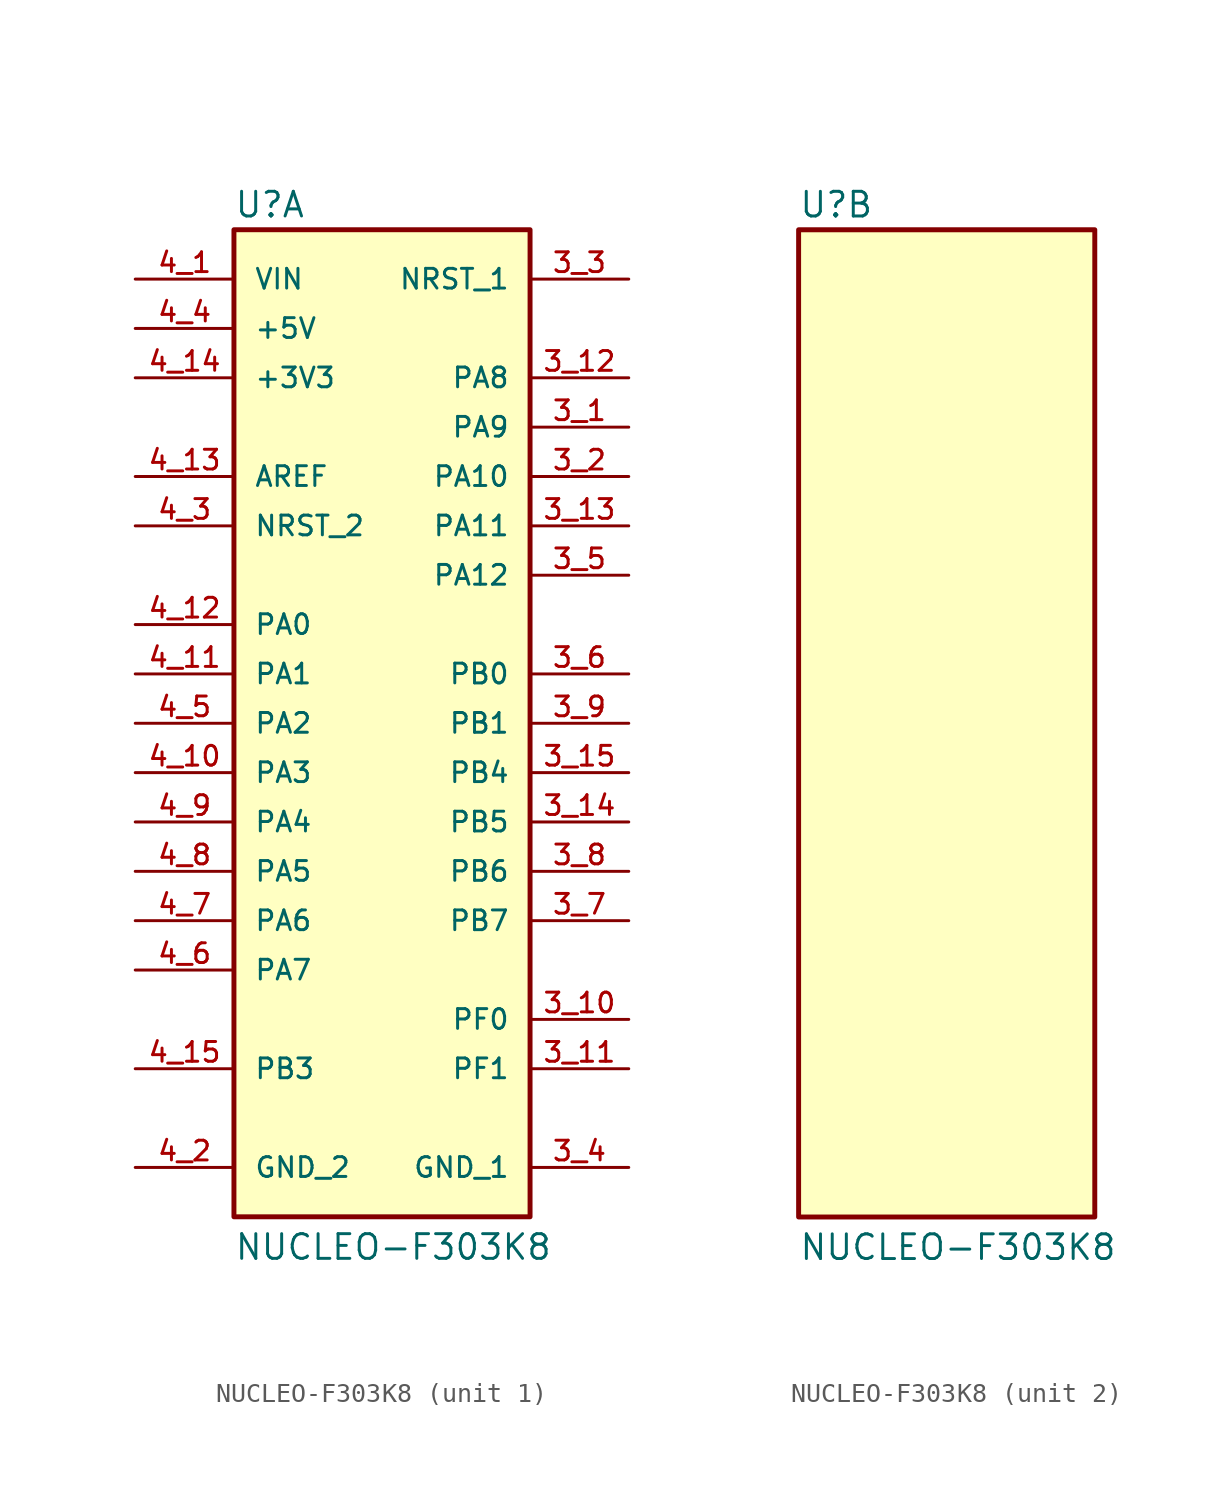
<source format=kicad_sym>
(kicad_symbol_lib
  (version 20231120)
  (generator "kicad_symbol_editor")
  (generator_version "8.0")
  (symbol "NUCLEO-F303K8"
    (pin_names
      (offset 1.016))
    (property "Reference" "U"
      (at -7.629 25.946 0)
      (effects (font (size 1.27 1.27)) (justify left bottom)))
    (property "Value" "NUCLEO-F303K8"
      (at -7.623 -27.701 0)
      (effects (font (size 1.27 1.27)) (justify left bottom)))
    (symbol "NUCLEO-F303K8_1_0"
      (rectangle (start -7.62 25.4) (end 7.62 -25.4) (stroke (width 0.254) (type default)) (fill (type background)))
      (pin bidirectional line (at 12.7 15.24 180) (length 5.08) (name "PA9" (effects (font (size 1.016 1.016)))) (number "3_1" (effects (font (size 1.016 1.016)))))
      (pin bidirectional line (at 12.7 -15.24 180) (length 5.08) (name "PF0" (effects (font (size 1.016 1.016)))) (number "3_10" (effects (font (size 1.016 1.016)))))
      (pin bidirectional line (at 12.7 -17.78 180) (length 5.08) (name "PF1" (effects (font (size 1.016 1.016)))) (number "3_11" (effects (font (size 1.016 1.016)))))
      (pin bidirectional line (at 12.7 17.78 180) (length 5.08) (name "PA8" (effects (font (size 1.016 1.016)))) (number "3_12" (effects (font (size 1.016 1.016)))))
      (pin bidirectional line (at 12.7 10.16 180) (length 5.08) (name "PA11" (effects (font (size 1.016 1.016)))) (number "3_13" (effects (font (size 1.016 1.016)))))
      (pin bidirectional line (at 12.7 -5.08 180) (length 5.08) (name "PB5" (effects (font (size 1.016 1.016)))) (number "3_14" (effects (font (size 1.016 1.016)))))
      (pin bidirectional line (at 12.7 -2.54 180) (length 5.08) (name "PB4" (effects (font (size 1.016 1.016)))) (number "3_15" (effects (font (size 1.016 1.016)))))
      (pin bidirectional line (at 12.7 12.7 180) (length 5.08) (name "PA10" (effects (font (size 1.016 1.016)))) (number "3_2" (effects (font (size 1.016 1.016)))))
      (pin bidirectional line (at 12.7 22.86 180) (length 5.08) (name "NRST_1" (effects (font (size 1.016 1.016)))) (number "3_3" (effects (font (size 1.016 1.016)))))
      (pin power_in line (at 12.7 -22.86 180) (length 5.08) (name "GND_1" (effects (font (size 1.016 1.016)))) (number "3_4" (effects (font (size 1.016 1.016)))))
      (pin bidirectional line (at 12.7 7.62 180) (length 5.08) (name "PA12" (effects (font (size 1.016 1.016)))) (number "3_5" (effects (font (size 1.016 1.016)))))
      (pin bidirectional line (at 12.7 2.54 180) (length 5.08) (name "PB0" (effects (font (size 1.016 1.016)))) (number "3_6" (effects (font (size 1.016 1.016)))))
      (pin bidirectional line (at 12.7 -10.16 180) (length 5.08) (name "PB7" (effects (font (size 1.016 1.016)))) (number "3_7" (effects (font (size 1.016 1.016)))))
      (pin bidirectional line (at 12.7 -7.62 180) (length 5.08) (name "PB6" (effects (font (size 1.016 1.016)))) (number "3_8" (effects (font (size 1.016 1.016)))))
      (pin bidirectional line (at 12.7 0 180) (length 5.08) (name "PB1" (effects (font (size 1.016 1.016)))) (number "3_9" (effects (font (size 1.016 1.016)))))
      (pin power_in line (at -12.7 22.86 0) (length 5.08) (name "VIN" (effects (font (size 1.016 1.016)))) (number "4_1" (effects (font (size 1.016 1.016)))))
      (pin bidirectional line (at -12.7 -2.54 0) (length 5.08) (name "PA3" (effects (font (size 1.016 1.016)))) (number "4_10" (effects (font (size 1.016 1.016)))))
      (pin bidirectional line (at -12.7 2.54 0) (length 5.08) (name "PA1" (effects (font (size 1.016 1.016)))) (number "4_11" (effects (font (size 1.016 1.016)))))
      (pin bidirectional line (at -12.7 5.08 0) (length 5.08) (name "PA0" (effects (font (size 1.016 1.016)))) (number "4_12" (effects (font (size 1.016 1.016)))))
      (pin bidirectional line (at -12.7 12.7 0) (length 5.08) (name "AREF" (effects (font (size 1.016 1.016)))) (number "4_13" (effects (font (size 1.016 1.016)))))
      (pin power_in line (at -12.7 17.78 0) (length 5.08) (name "+3V3" (effects (font (size 1.016 1.016)))) (number "4_14" (effects (font (size 1.016 1.016)))))
      (pin bidirectional line (at -12.7 -17.78 0) (length 5.08) (name "PB3" (effects (font (size 1.016 1.016)))) (number "4_15" (effects (font (size 1.016 1.016)))))
      (pin power_in line (at -12.7 -22.86 0) (length 5.08) (name "GND_2" (effects (font (size 1.016 1.016)))) (number "4_2" (effects (font (size 1.016 1.016)))))
      (pin bidirectional line (at -12.7 10.16 0) (length 5.08) (name "NRST_2" (effects (font (size 1.016 1.016)))) (number "4_3" (effects (font (size 1.016 1.016)))))
      (pin power_in line (at -12.7 20.32 0) (length 5.08) (name "+5V" (effects (font (size 1.016 1.016)))) (number "4_4" (effects (font (size 1.016 1.016)))))
      (pin bidirectional line (at -12.7 0 0) (length 5.08) (name "PA2" (effects (font (size 1.016 1.016)))) (number "4_5" (effects (font (size 1.016 1.016)))))
      (pin bidirectional line (at -12.7 -12.7 0) (length 5.08) (name "PA7" (effects (font (size 1.016 1.016)))) (number "4_6" (effects (font (size 1.016 1.016)))))
      (pin bidirectional line (at -12.7 -10.16 0) (length 5.08) (name "PA6" (effects (font (size 1.016 1.016)))) (number "4_7" (effects (font (size 1.016 1.016)))))
      (pin bidirectional line (at -12.7 -7.62 0) (length 5.08) (name "PA5" (effects (font (size 1.016 1.016)))) (number "4_8" (effects (font (size 1.016 1.016)))))
      (pin bidirectional line (at -12.7 -5.08 0) (length 5.08) (name "PA4" (effects (font (size 1.016 1.016)))) (number "4_9" (effects (font (size 1.016 1.016))))))
    (symbol "NUCLEO-F303K8_2_0"
      (rectangle (start -7.62 -25.4) (end 7.62 25.4) (stroke (width 0.254) (type default)) (fill (type background))))))
</source>
